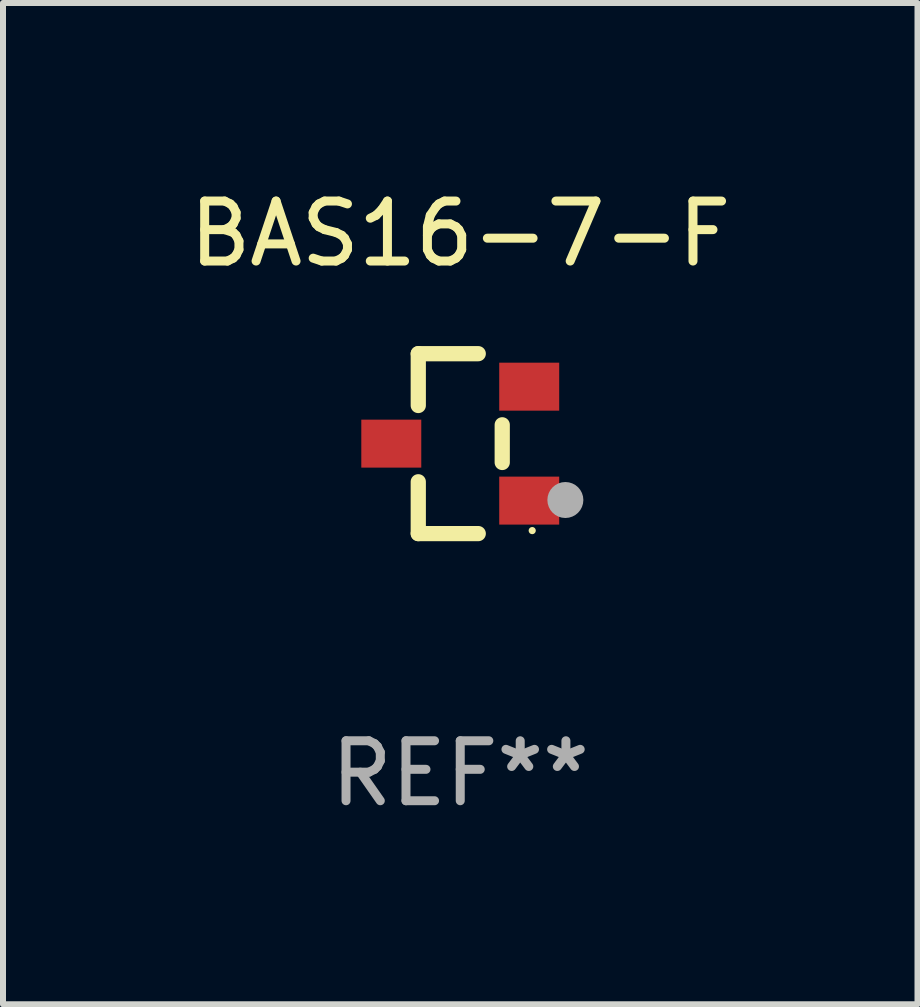
<source format=kicad_pcb>
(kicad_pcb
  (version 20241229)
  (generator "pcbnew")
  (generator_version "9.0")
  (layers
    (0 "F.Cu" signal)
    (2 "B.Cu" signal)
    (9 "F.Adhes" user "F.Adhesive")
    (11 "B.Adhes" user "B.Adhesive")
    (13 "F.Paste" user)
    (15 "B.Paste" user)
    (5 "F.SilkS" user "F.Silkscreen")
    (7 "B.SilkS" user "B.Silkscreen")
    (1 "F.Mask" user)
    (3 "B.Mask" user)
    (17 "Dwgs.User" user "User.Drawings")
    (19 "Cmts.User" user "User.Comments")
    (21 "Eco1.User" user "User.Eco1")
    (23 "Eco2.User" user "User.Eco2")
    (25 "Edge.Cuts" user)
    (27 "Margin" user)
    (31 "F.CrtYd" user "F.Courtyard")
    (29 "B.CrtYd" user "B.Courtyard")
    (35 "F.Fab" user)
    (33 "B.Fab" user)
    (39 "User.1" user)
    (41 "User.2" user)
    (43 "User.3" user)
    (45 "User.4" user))
  (footprint "BAS16-7-F"
    (layer "F.Cu")
    (at 4.625 4.348)
    (property "Reference" "BAS16-7-F" (at 0 -3.5 0) (layer "F.SilkS") (effects (font (size 1 1) (thickness 0.15))))
    (attr through_hole)
    (fp_line (start -0.7 -1.5) (end 0.3 -1.5) (stroke (width 0.254) (type solid)) (layer "F.SilkS"))
    (fp_line (start -0.7 -0.636) (end -0.7 -1.5) (stroke (width 0.254) (type solid)) (layer "F.SilkS"))
    (fp_line (start -0.7 1.5) (end -0.7 0.636) (stroke (width 0.254) (type solid)) (layer "F.SilkS"))
    (fp_line (start -0.7 1.5) (end 0.3 1.5) (stroke (width 0.254) (type solid)) (layer "F.SilkS"))
    (fp_line (start 0.7 0.314) (end 0.7 -0.314) (stroke (width 0.254) (type solid)) (layer "F.SilkS"))
    (fp_circle (center 1.2 1.45) (end 1.23 1.45) (stroke (width 0.06) (type solid)) (fill no) (layer "F.SilkS"))
    (fp_circle (center 1.753 0.94) (end 1.903 0.94) (stroke (width 0.3) (type solid)) (fill no) (layer "F.Fab"))
    (fp_text user "REF**" (at 0 5.5 0) (layer "F.Fab") (effects (font (size 1 1) (thickness 0.15))))
    (pad "1" smd rect (at 1.15 0.95 180) (size 1 0.8) (layers "F.Cu" "F.Mask" "F.Paste"))
    (pad "2" smd rect (at 1.15 -0.95 180) (size 1 0.8) (layers "F.Cu" "F.Mask" "F.Paste"))
    (pad "3" smd rect (at -1.15 -0.000051 180) (size 1 0.8) (layers "F.Cu" "F.Mask" "F.Paste")))
  (gr_rect
    (start -3 -3)
    (end 12.25 13.697)
    (stroke (width 0.1) (type default))
    (fill no)
    (layer "Edge.Cuts")))
</source>
